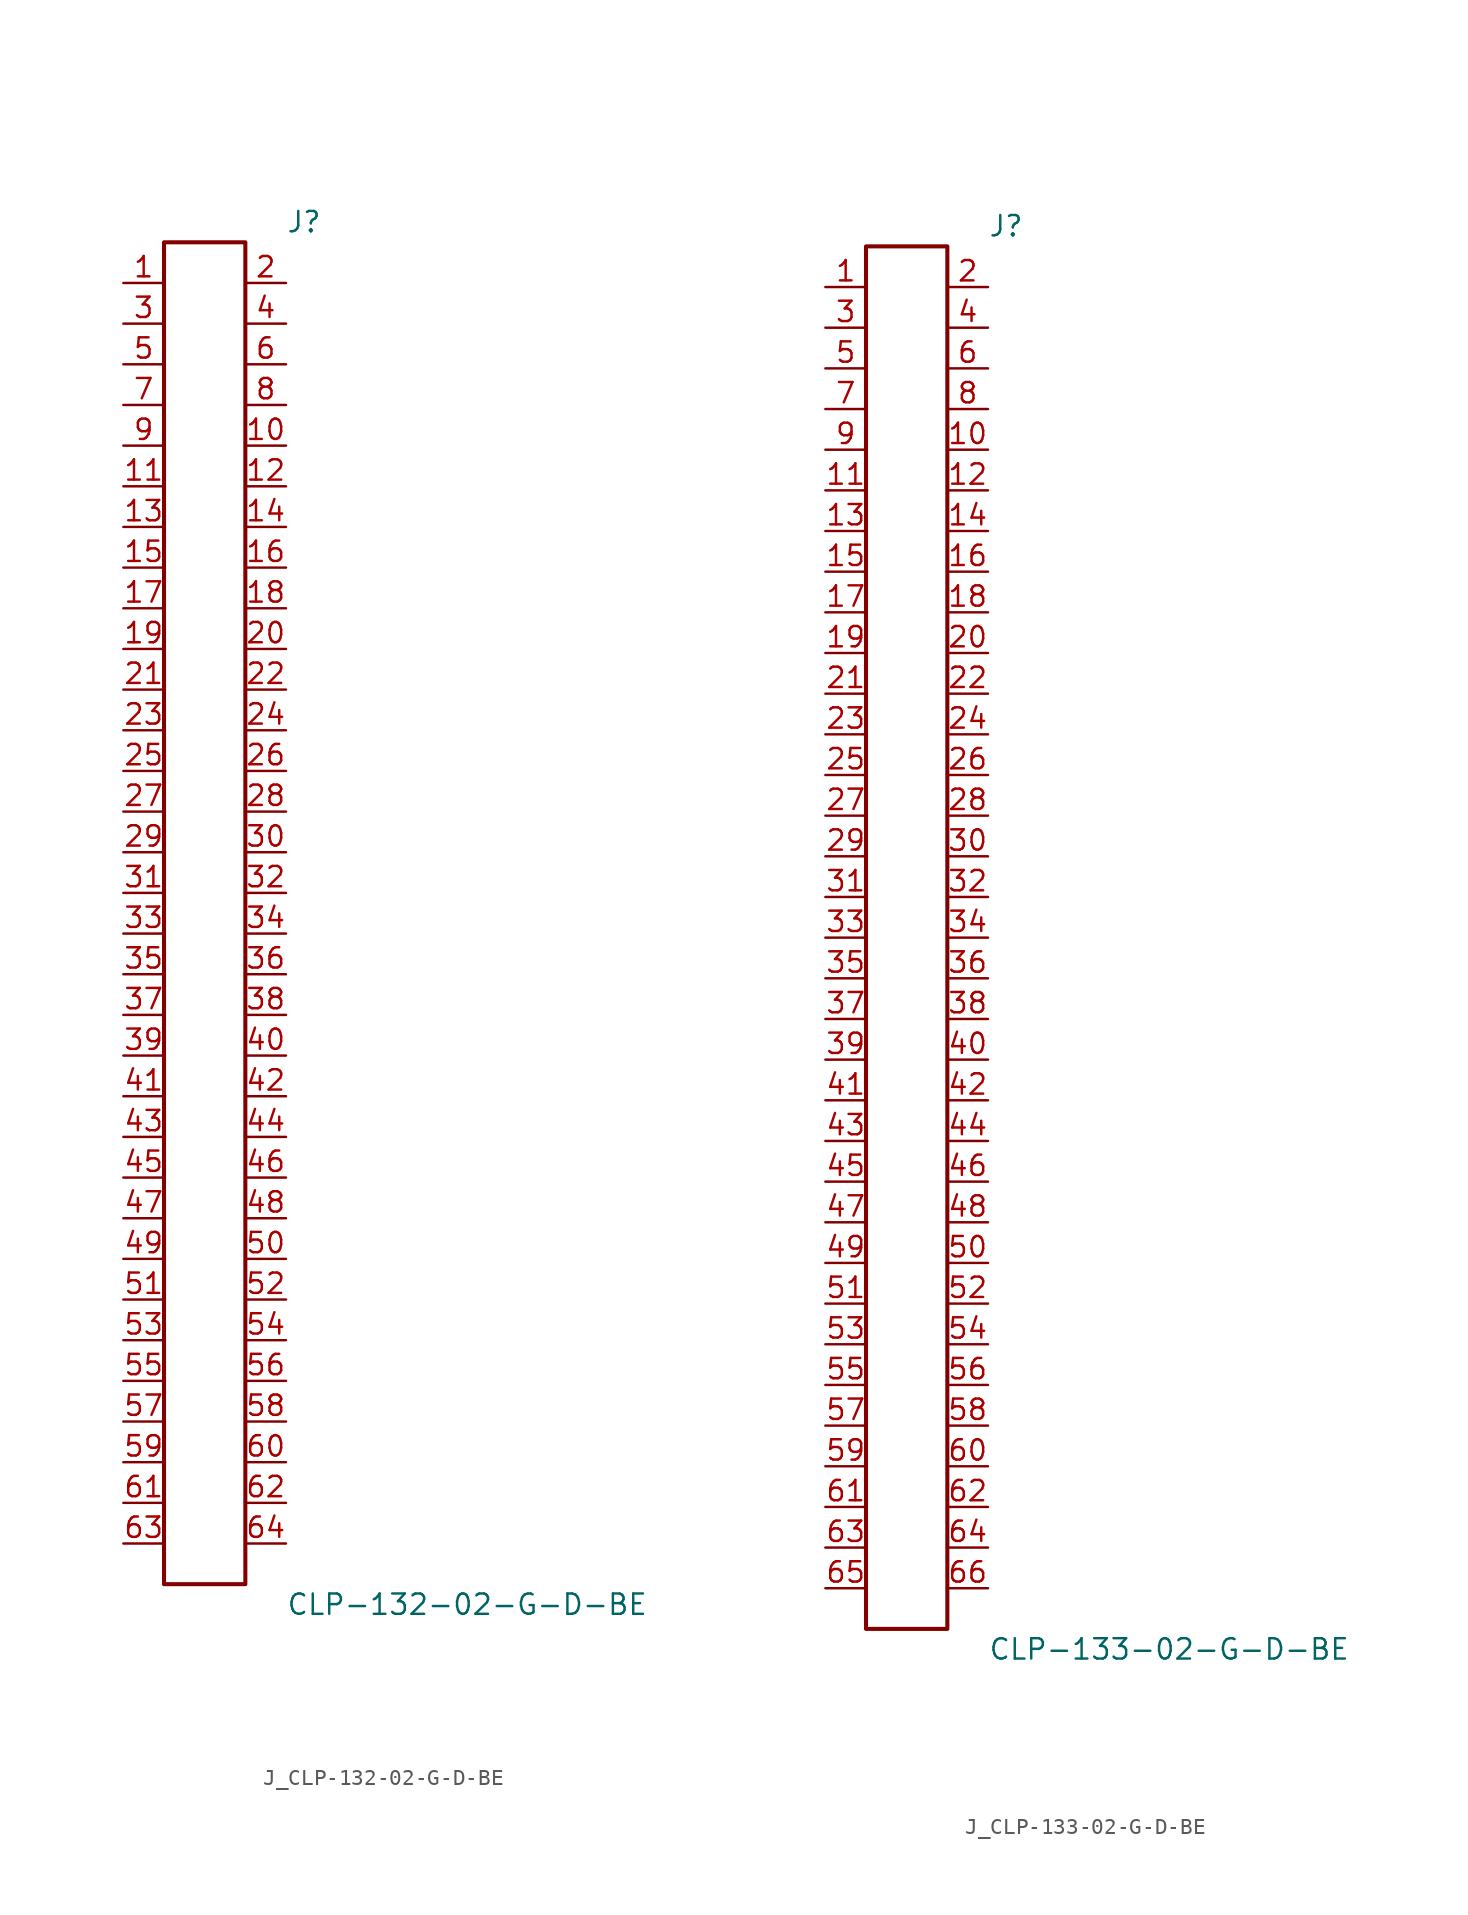
<source format=kicad_sym>
(kicad_symbol_lib
  (version 20231120)
  (generator kicad_symbol_editor)
  (generator_version 8.0)
  (symbol "J_CLP-132-02-G-D-BE"
    (pin_names
      (offset 0.254))
    (property "Reference" "J"
      (at 5.08 43.18 0)
      (effects (font (size 1.27 1.27)) (justify left)))
    (property "Value" "CLP-132-02-G-D-BE"
      (at 5.08 -43.18 0)
      (effects (font (size 1.27 1.27)) (justify left)))
    (symbol "J_CLP-132-02-G-D-BE_0_0"
      (pin passive line (at -5.08 39.37 0) (length 2.54) (name "" (effects (font (size 1.27 1.27)))) (number "1" (effects (font (size 1.27 1.27)))))
      (pin passive line (at 5.08 39.37 180) (length 2.54) (name "" (effects (font (size 1.27 1.27)))) (number "2" (effects (font (size 1.27 1.27)))))
      (pin passive line (at -5.08 36.83 0) (length 2.54) (name "" (effects (font (size 1.27 1.27)))) (number "3" (effects (font (size 1.27 1.27)))))
      (pin passive line (at 5.08 36.83 180) (length 2.54) (name "" (effects (font (size 1.27 1.27)))) (number "4" (effects (font (size 1.27 1.27)))))
      (pin passive line (at -5.08 34.29 0) (length 2.54) (name "" (effects (font (size 1.27 1.27)))) (number "5" (effects (font (size 1.27 1.27)))))
      (pin passive line (at 5.08 34.29 180) (length 2.54) (name "" (effects (font (size 1.27 1.27)))) (number "6" (effects (font (size 1.27 1.27)))))
      (pin passive line (at -5.08 31.75 0) (length 2.54) (name "" (effects (font (size 1.27 1.27)))) (number "7" (effects (font (size 1.27 1.27)))))
      (pin passive line (at 5.08 31.75 180) (length 2.54) (name "" (effects (font (size 1.27 1.27)))) (number "8" (effects (font (size 1.27 1.27)))))
      (pin passive line (at -5.08 29.21 0) (length 2.54) (name "" (effects (font (size 1.27 1.27)))) (number "9" (effects (font (size 1.27 1.27)))))
      (pin passive line (at 5.08 29.21 180) (length 2.54) (name "" (effects (font (size 1.27 1.27)))) (number "10" (effects (font (size 1.27 1.27)))))
      (pin passive line (at -5.08 26.67 0) (length 2.54) (name "" (effects (font (size 1.27 1.27)))) (number "11" (effects (font (size 1.27 1.27)))))
      (pin passive line (at 5.08 26.67 180) (length 2.54) (name "" (effects (font (size 1.27 1.27)))) (number "12" (effects (font (size 1.27 1.27)))))
      (pin passive line (at -5.08 24.13 0) (length 2.54) (name "" (effects (font (size 1.27 1.27)))) (number "13" (effects (font (size 1.27 1.27)))))
      (pin passive line (at 5.08 24.13 180) (length 2.54) (name "" (effects (font (size 1.27 1.27)))) (number "14" (effects (font (size 1.27 1.27)))))
      (pin passive line (at -5.08 21.59 0) (length 2.54) (name "" (effects (font (size 1.27 1.27)))) (number "15" (effects (font (size 1.27 1.27)))))
      (pin passive line (at 5.08 21.59 180) (length 2.54) (name "" (effects (font (size 1.27 1.27)))) (number "16" (effects (font (size 1.27 1.27)))))
      (pin passive line (at -5.08 19.05 0) (length 2.54) (name "" (effects (font (size 1.27 1.27)))) (number "17" (effects (font (size 1.27 1.27)))))
      (pin passive line (at 5.08 19.05 180) (length 2.54) (name "" (effects (font (size 1.27 1.27)))) (number "18" (effects (font (size 1.27 1.27)))))
      (pin passive line (at -5.08 16.51 0) (length 2.54) (name "" (effects (font (size 1.27 1.27)))) (number "19" (effects (font (size 1.27 1.27)))))
      (pin passive line (at 5.08 16.51 180) (length 2.54) (name "" (effects (font (size 1.27 1.27)))) (number "20" (effects (font (size 1.27 1.27)))))
      (pin passive line (at -5.08 13.97 0) (length 2.54) (name "" (effects (font (size 1.27 1.27)))) (number "21" (effects (font (size 1.27 1.27)))))
      (pin passive line (at 5.08 13.97 180) (length 2.54) (name "" (effects (font (size 1.27 1.27)))) (number "22" (effects (font (size 1.27 1.27)))))
      (pin passive line (at -5.08 11.43 0) (length 2.54) (name "" (effects (font (size 1.27 1.27)))) (number "23" (effects (font (size 1.27 1.27)))))
      (pin passive line (at 5.08 11.43 180) (length 2.54) (name "" (effects (font (size 1.27 1.27)))) (number "24" (effects (font (size 1.27 1.27)))))
      (pin passive line (at -5.08 8.89 0) (length 2.54) (name "" (effects (font (size 1.27 1.27)))) (number "25" (effects (font (size 1.27 1.27)))))
      (pin passive line (at 5.08 8.89 180) (length 2.54) (name "" (effects (font (size 1.27 1.27)))) (number "26" (effects (font (size 1.27 1.27)))))
      (pin passive line (at -5.08 6.35 0) (length 2.54) (name "" (effects (font (size 1.27 1.27)))) (number "27" (effects (font (size 1.27 1.27)))))
      (pin passive line (at 5.08 6.35 180) (length 2.54) (name "" (effects (font (size 1.27 1.27)))) (number "28" (effects (font (size 1.27 1.27)))))
      (pin passive line (at -5.08 3.81 0) (length 2.54) (name "" (effects (font (size 1.27 1.27)))) (number "29" (effects (font (size 1.27 1.27)))))
      (pin passive line (at 5.08 3.81 180) (length 2.54) (name "" (effects (font (size 1.27 1.27)))) (number "30" (effects (font (size 1.27 1.27)))))
      (pin passive line (at -5.08 1.27 0) (length 2.54) (name "" (effects (font (size 1.27 1.27)))) (number "31" (effects (font (size 1.27 1.27)))))
      (pin passive line (at 5.08 1.27 180) (length 2.54) (name "" (effects (font (size 1.27 1.27)))) (number "32" (effects (font (size 1.27 1.27)))))
      (pin passive line (at -5.08 -1.27 0) (length 2.54) (name "" (effects (font (size 1.27 1.27)))) (number "33" (effects (font (size 1.27 1.27)))))
      (pin passive line (at 5.08 -1.27 180) (length 2.54) (name "" (effects (font (size 1.27 1.27)))) (number "34" (effects (font (size 1.27 1.27)))))
      (pin passive line (at -5.08 -3.81 0) (length 2.54) (name "" (effects (font (size 1.27 1.27)))) (number "35" (effects (font (size 1.27 1.27)))))
      (pin passive line (at 5.08 -3.81 180) (length 2.54) (name "" (effects (font (size 1.27 1.27)))) (number "36" (effects (font (size 1.27 1.27)))))
      (pin passive line (at -5.08 -6.35 0) (length 2.54) (name "" (effects (font (size 1.27 1.27)))) (number "37" (effects (font (size 1.27 1.27)))))
      (pin passive line (at 5.08 -6.35 180) (length 2.54) (name "" (effects (font (size 1.27 1.27)))) (number "38" (effects (font (size 1.27 1.27)))))
      (pin passive line (at -5.08 -8.89 0) (length 2.54) (name "" (effects (font (size 1.27 1.27)))) (number "39" (effects (font (size 1.27 1.27)))))
      (pin passive line (at 5.08 -8.89 180) (length 2.54) (name "" (effects (font (size 1.27 1.27)))) (number "40" (effects (font (size 1.27 1.27)))))
      (pin passive line (at -5.08 -11.43 0) (length 2.54) (name "" (effects (font (size 1.27 1.27)))) (number "41" (effects (font (size 1.27 1.27)))))
      (pin passive line (at 5.08 -11.43 180) (length 2.54) (name "" (effects (font (size 1.27 1.27)))) (number "42" (effects (font (size 1.27 1.27)))))
      (pin passive line (at -5.08 -13.97 0) (length 2.54) (name "" (effects (font (size 1.27 1.27)))) (number "43" (effects (font (size 1.27 1.27)))))
      (pin passive line (at 5.08 -13.97 180) (length 2.54) (name "" (effects (font (size 1.27 1.27)))) (number "44" (effects (font (size 1.27 1.27)))))
      (pin passive line (at -5.08 -16.51 0) (length 2.54) (name "" (effects (font (size 1.27 1.27)))) (number "45" (effects (font (size 1.27 1.27)))))
      (pin passive line (at 5.08 -16.51 180) (length 2.54) (name "" (effects (font (size 1.27 1.27)))) (number "46" (effects (font (size 1.27 1.27)))))
      (pin passive line (at -5.08 -19.05 0) (length 2.54) (name "" (effects (font (size 1.27 1.27)))) (number "47" (effects (font (size 1.27 1.27)))))
      (pin passive line (at 5.08 -19.05 180) (length 2.54) (name "" (effects (font (size 1.27 1.27)))) (number "48" (effects (font (size 1.27 1.27)))))
      (pin passive line (at -5.08 -21.59 0) (length 2.54) (name "" (effects (font (size 1.27 1.27)))) (number "49" (effects (font (size 1.27 1.27)))))
      (pin passive line (at 5.08 -21.59 180) (length 2.54) (name "" (effects (font (size 1.27 1.27)))) (number "50" (effects (font (size 1.27 1.27)))))
      (pin passive line (at -5.08 -24.13 0) (length 2.54) (name "" (effects (font (size 1.27 1.27)))) (number "51" (effects (font (size 1.27 1.27)))))
      (pin passive line (at 5.08 -24.13 180) (length 2.54) (name "" (effects (font (size 1.27 1.27)))) (number "52" (effects (font (size 1.27 1.27)))))
      (pin passive line (at -5.08 -26.67 0) (length 2.54) (name "" (effects (font (size 1.27 1.27)))) (number "53" (effects (font (size 1.27 1.27)))))
      (pin passive line (at 5.08 -26.67 180) (length 2.54) (name "" (effects (font (size 1.27 1.27)))) (number "54" (effects (font (size 1.27 1.27)))))
      (pin passive line (at -5.08 -29.21 0) (length 2.54) (name "" (effects (font (size 1.27 1.27)))) (number "55" (effects (font (size 1.27 1.27)))))
      (pin passive line (at 5.08 -29.21 180) (length 2.54) (name "" (effects (font (size 1.27 1.27)))) (number "56" (effects (font (size 1.27 1.27)))))
      (pin passive line (at -5.08 -31.75 0) (length 2.54) (name "" (effects (font (size 1.27 1.27)))) (number "57" (effects (font (size 1.27 1.27)))))
      (pin passive line (at 5.08 -31.75 180) (length 2.54) (name "" (effects (font (size 1.27 1.27)))) (number "58" (effects (font (size 1.27 1.27)))))
      (pin passive line (at -5.08 -34.29 0) (length 2.54) (name "" (effects (font (size 1.27 1.27)))) (number "59" (effects (font (size 1.27 1.27)))))
      (pin passive line (at 5.08 -34.29 180) (length 2.54) (name "" (effects (font (size 1.27 1.27)))) (number "60" (effects (font (size 1.27 1.27)))))
      (pin passive line (at -5.08 -36.83 0) (length 2.54) (name "" (effects (font (size 1.27 1.27)))) (number "61" (effects (font (size 1.27 1.27)))))
      (pin passive line (at 5.08 -36.83 180) (length 2.54) (name "" (effects (font (size 1.27 1.27)))) (number "62" (effects (font (size 1.27 1.27)))))
      (pin passive line (at -5.08 -39.37 0) (length 2.54) (name "" (effects (font (size 1.27 1.27)))) (number "63" (effects (font (size 1.27 1.27)))))
      (pin passive line (at 5.08 -39.37 180) (length 2.54) (name "" (effects (font (size 1.27 1.27)))) (number "64" (effects (font (size 1.27 1.27))))))
    (symbol "J_CLP-132-02-G-D-BE_1_0"
      (rectangle (start -2.54 41.91) (end 2.54 -41.91) (stroke (width 0.254) (type solid)) (fill (type none)))))
  (symbol "J_CLP-133-02-G-D-BE"
    (pin_names
      (offset 0.254))
    (property "Reference" "J"
      (at 5.08 44.45 0)
      (effects (font (size 1.27 1.27)) (justify left)))
    (property "Value" "CLP-133-02-G-D-BE"
      (at 5.08 -44.45 0)
      (effects (font (size 1.27 1.27)) (justify left)))
    (symbol "J_CLP-133-02-G-D-BE_0_0"
      (pin passive line (at -5.08 40.64 0) (length 2.54) (name "" (effects (font (size 1.27 1.27)))) (number "1" (effects (font (size 1.27 1.27)))))
      (pin passive line (at 5.08 40.64 180) (length 2.54) (name "" (effects (font (size 1.27 1.27)))) (number "2" (effects (font (size 1.27 1.27)))))
      (pin passive line (at -5.08 38.1 0) (length 2.54) (name "" (effects (font (size 1.27 1.27)))) (number "3" (effects (font (size 1.27 1.27)))))
      (pin passive line (at 5.08 38.1 180) (length 2.54) (name "" (effects (font (size 1.27 1.27)))) (number "4" (effects (font (size 1.27 1.27)))))
      (pin passive line (at -5.08 35.56 0) (length 2.54) (name "" (effects (font (size 1.27 1.27)))) (number "5" (effects (font (size 1.27 1.27)))))
      (pin passive line (at 5.08 35.56 180) (length 2.54) (name "" (effects (font (size 1.27 1.27)))) (number "6" (effects (font (size 1.27 1.27)))))
      (pin passive line (at -5.08 33.02 0) (length 2.54) (name "" (effects (font (size 1.27 1.27)))) (number "7" (effects (font (size 1.27 1.27)))))
      (pin passive line (at 5.08 33.02 180) (length 2.54) (name "" (effects (font (size 1.27 1.27)))) (number "8" (effects (font (size 1.27 1.27)))))
      (pin passive line (at -5.08 30.48 0) (length 2.54) (name "" (effects (font (size 1.27 1.27)))) (number "9" (effects (font (size 1.27 1.27)))))
      (pin passive line (at 5.08 30.48 180) (length 2.54) (name "" (effects (font (size 1.27 1.27)))) (number "10" (effects (font (size 1.27 1.27)))))
      (pin passive line (at -5.08 27.94 0) (length 2.54) (name "" (effects (font (size 1.27 1.27)))) (number "11" (effects (font (size 1.27 1.27)))))
      (pin passive line (at 5.08 27.94 180) (length 2.54) (name "" (effects (font (size 1.27 1.27)))) (number "12" (effects (font (size 1.27 1.27)))))
      (pin passive line (at -5.08 25.4 0) (length 2.54) (name "" (effects (font (size 1.27 1.27)))) (number "13" (effects (font (size 1.27 1.27)))))
      (pin passive line (at 5.08 25.4 180) (length 2.54) (name "" (effects (font (size 1.27 1.27)))) (number "14" (effects (font (size 1.27 1.27)))))
      (pin passive line (at -5.08 22.86 0) (length 2.54) (name "" (effects (font (size 1.27 1.27)))) (number "15" (effects (font (size 1.27 1.27)))))
      (pin passive line (at 5.08 22.86 180) (length 2.54) (name "" (effects (font (size 1.27 1.27)))) (number "16" (effects (font (size 1.27 1.27)))))
      (pin passive line (at -5.08 20.32 0) (length 2.54) (name "" (effects (font (size 1.27 1.27)))) (number "17" (effects (font (size 1.27 1.27)))))
      (pin passive line (at 5.08 20.32 180) (length 2.54) (name "" (effects (font (size 1.27 1.27)))) (number "18" (effects (font (size 1.27 1.27)))))
      (pin passive line (at -5.08 17.78 0) (length 2.54) (name "" (effects (font (size 1.27 1.27)))) (number "19" (effects (font (size 1.27 1.27)))))
      (pin passive line (at 5.08 17.78 180) (length 2.54) (name "" (effects (font (size 1.27 1.27)))) (number "20" (effects (font (size 1.27 1.27)))))
      (pin passive line (at -5.08 15.24 0) (length 2.54) (name "" (effects (font (size 1.27 1.27)))) (number "21" (effects (font (size 1.27 1.27)))))
      (pin passive line (at 5.08 15.24 180) (length 2.54) (name "" (effects (font (size 1.27 1.27)))) (number "22" (effects (font (size 1.27 1.27)))))
      (pin passive line (at -5.08 12.7 0) (length 2.54) (name "" (effects (font (size 1.27 1.27)))) (number "23" (effects (font (size 1.27 1.27)))))
      (pin passive line (at 5.08 12.7 180) (length 2.54) (name "" (effects (font (size 1.27 1.27)))) (number "24" (effects (font (size 1.27 1.27)))))
      (pin passive line (at -5.08 10.16 0) (length 2.54) (name "" (effects (font (size 1.27 1.27)))) (number "25" (effects (font (size 1.27 1.27)))))
      (pin passive line (at 5.08 10.16 180) (length 2.54) (name "" (effects (font (size 1.27 1.27)))) (number "26" (effects (font (size 1.27 1.27)))))
      (pin passive line (at -5.08 7.62 0) (length 2.54) (name "" (effects (font (size 1.27 1.27)))) (number "27" (effects (font (size 1.27 1.27)))))
      (pin passive line (at 5.08 7.62 180) (length 2.54) (name "" (effects (font (size 1.27 1.27)))) (number "28" (effects (font (size 1.27 1.27)))))
      (pin passive line (at -5.08 5.08 0) (length 2.54) (name "" (effects (font (size 1.27 1.27)))) (number "29" (effects (font (size 1.27 1.27)))))
      (pin passive line (at 5.08 5.08 180) (length 2.54) (name "" (effects (font (size 1.27 1.27)))) (number "30" (effects (font (size 1.27 1.27)))))
      (pin passive line (at -5.08 2.54 0) (length 2.54) (name "" (effects (font (size 1.27 1.27)))) (number "31" (effects (font (size 1.27 1.27)))))
      (pin passive line (at 5.08 2.54 180) (length 2.54) (name "" (effects (font (size 1.27 1.27)))) (number "32" (effects (font (size 1.27 1.27)))))
      (pin passive line (at -5.08 0.0 0) (length 2.54) (name "" (effects (font (size 1.27 1.27)))) (number "33" (effects (font (size 1.27 1.27)))))
      (pin passive line (at 5.08 0.0 180) (length 2.54) (name "" (effects (font (size 1.27 1.27)))) (number "34" (effects (font (size 1.27 1.27)))))
      (pin passive line (at -5.08 -2.54 0) (length 2.54) (name "" (effects (font (size 1.27 1.27)))) (number "35" (effects (font (size 1.27 1.27)))))
      (pin passive line (at 5.08 -2.54 180) (length 2.54) (name "" (effects (font (size 1.27 1.27)))) (number "36" (effects (font (size 1.27 1.27)))))
      (pin passive line (at -5.08 -5.08 0) (length 2.54) (name "" (effects (font (size 1.27 1.27)))) (number "37" (effects (font (size 1.27 1.27)))))
      (pin passive line (at 5.08 -5.08 180) (length 2.54) (name "" (effects (font (size 1.27 1.27)))) (number "38" (effects (font (size 1.27 1.27)))))
      (pin passive line (at -5.08 -7.62 0) (length 2.54) (name "" (effects (font (size 1.27 1.27)))) (number "39" (effects (font (size 1.27 1.27)))))
      (pin passive line (at 5.08 -7.62 180) (length 2.54) (name "" (effects (font (size 1.27 1.27)))) (number "40" (effects (font (size 1.27 1.27)))))
      (pin passive line (at -5.08 -10.16 0) (length 2.54) (name "" (effects (font (size 1.27 1.27)))) (number "41" (effects (font (size 1.27 1.27)))))
      (pin passive line (at 5.08 -10.16 180) (length 2.54) (name "" (effects (font (size 1.27 1.27)))) (number "42" (effects (font (size 1.27 1.27)))))
      (pin passive line (at -5.08 -12.7 0) (length 2.54) (name "" (effects (font (size 1.27 1.27)))) (number "43" (effects (font (size 1.27 1.27)))))
      (pin passive line (at 5.08 -12.7 180) (length 2.54) (name "" (effects (font (size 1.27 1.27)))) (number "44" (effects (font (size 1.27 1.27)))))
      (pin passive line (at -5.08 -15.24 0) (length 2.54) (name "" (effects (font (size 1.27 1.27)))) (number "45" (effects (font (size 1.27 1.27)))))
      (pin passive line (at 5.08 -15.24 180) (length 2.54) (name "" (effects (font (size 1.27 1.27)))) (number "46" (effects (font (size 1.27 1.27)))))
      (pin passive line (at -5.08 -17.78 0) (length 2.54) (name "" (effects (font (size 1.27 1.27)))) (number "47" (effects (font (size 1.27 1.27)))))
      (pin passive line (at 5.08 -17.78 180) (length 2.54) (name "" (effects (font (size 1.27 1.27)))) (number "48" (effects (font (size 1.27 1.27)))))
      (pin passive line (at -5.08 -20.32 0) (length 2.54) (name "" (effects (font (size 1.27 1.27)))) (number "49" (effects (font (size 1.27 1.27)))))
      (pin passive line (at 5.08 -20.32 180) (length 2.54) (name "" (effects (font (size 1.27 1.27)))) (number "50" (effects (font (size 1.27 1.27)))))
      (pin passive line (at -5.08 -22.86 0) (length 2.54) (name "" (effects (font (size 1.27 1.27)))) (number "51" (effects (font (size 1.27 1.27)))))
      (pin passive line (at 5.08 -22.86 180) (length 2.54) (name "" (effects (font (size 1.27 1.27)))) (number "52" (effects (font (size 1.27 1.27)))))
      (pin passive line (at -5.08 -25.4 0) (length 2.54) (name "" (effects (font (size 1.27 1.27)))) (number "53" (effects (font (size 1.27 1.27)))))
      (pin passive line (at 5.08 -25.4 180) (length 2.54) (name "" (effects (font (size 1.27 1.27)))) (number "54" (effects (font (size 1.27 1.27)))))
      (pin passive line (at -5.08 -27.94 0) (length 2.54) (name "" (effects (font (size 1.27 1.27)))) (number "55" (effects (font (size 1.27 1.27)))))
      (pin passive line (at 5.08 -27.94 180) (length 2.54) (name "" (effects (font (size 1.27 1.27)))) (number "56" (effects (font (size 1.27 1.27)))))
      (pin passive line (at -5.08 -30.48 0) (length 2.54) (name "" (effects (font (size 1.27 1.27)))) (number "57" (effects (font (size 1.27 1.27)))))
      (pin passive line (at 5.08 -30.48 180) (length 2.54) (name "" (effects (font (size 1.27 1.27)))) (number "58" (effects (font (size 1.27 1.27)))))
      (pin passive line (at -5.08 -33.02 0) (length 2.54) (name "" (effects (font (size 1.27 1.27)))) (number "59" (effects (font (size 1.27 1.27)))))
      (pin passive line (at 5.08 -33.02 180) (length 2.54) (name "" (effects (font (size 1.27 1.27)))) (number "60" (effects (font (size 1.27 1.27)))))
      (pin passive line (at -5.08 -35.56 0) (length 2.54) (name "" (effects (font (size 1.27 1.27)))) (number "61" (effects (font (size 1.27 1.27)))))
      (pin passive line (at 5.08 -35.56 180) (length 2.54) (name "" (effects (font (size 1.27 1.27)))) (number "62" (effects (font (size 1.27 1.27)))))
      (pin passive line (at -5.08 -38.1 0) (length 2.54) (name "" (effects (font (size 1.27 1.27)))) (number "63" (effects (font (size 1.27 1.27)))))
      (pin passive line (at 5.08 -38.1 180) (length 2.54) (name "" (effects (font (size 1.27 1.27)))) (number "64" (effects (font (size 1.27 1.27)))))
      (pin passive line (at -5.08 -40.64 0) (length 2.54) (name "" (effects (font (size 1.27 1.27)))) (number "65" (effects (font (size 1.27 1.27)))))
      (pin passive line (at 5.08 -40.64 180) (length 2.54) (name "" (effects (font (size 1.27 1.27)))) (number "66" (effects (font (size 1.27 1.27))))))
    (symbol "J_CLP-133-02-G-D-BE_1_0"
      (rectangle (start -2.54 43.18) (end 2.54 -43.18) (stroke (width 0.254) (type solid)) (fill (type none))))))
</source>
